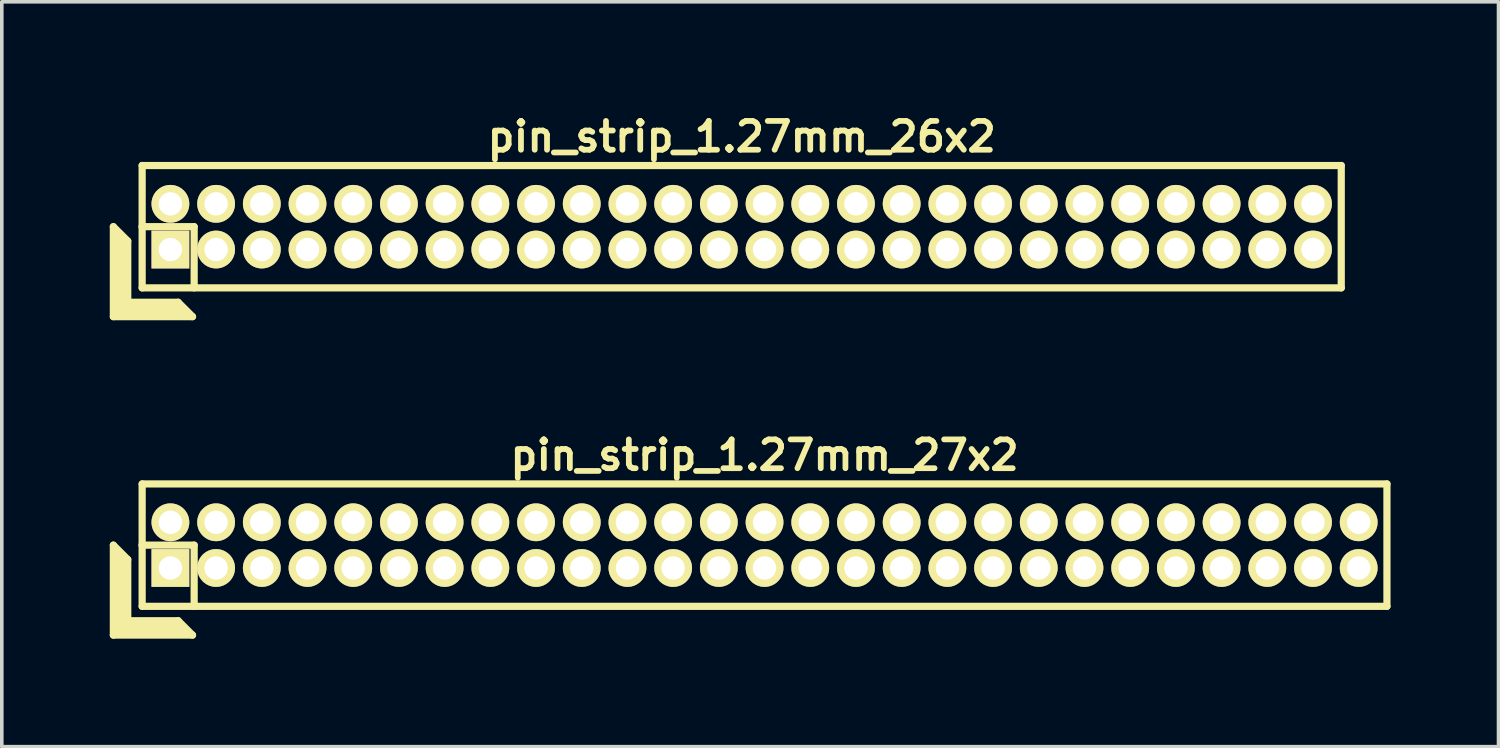
<source format=kicad_pcb>
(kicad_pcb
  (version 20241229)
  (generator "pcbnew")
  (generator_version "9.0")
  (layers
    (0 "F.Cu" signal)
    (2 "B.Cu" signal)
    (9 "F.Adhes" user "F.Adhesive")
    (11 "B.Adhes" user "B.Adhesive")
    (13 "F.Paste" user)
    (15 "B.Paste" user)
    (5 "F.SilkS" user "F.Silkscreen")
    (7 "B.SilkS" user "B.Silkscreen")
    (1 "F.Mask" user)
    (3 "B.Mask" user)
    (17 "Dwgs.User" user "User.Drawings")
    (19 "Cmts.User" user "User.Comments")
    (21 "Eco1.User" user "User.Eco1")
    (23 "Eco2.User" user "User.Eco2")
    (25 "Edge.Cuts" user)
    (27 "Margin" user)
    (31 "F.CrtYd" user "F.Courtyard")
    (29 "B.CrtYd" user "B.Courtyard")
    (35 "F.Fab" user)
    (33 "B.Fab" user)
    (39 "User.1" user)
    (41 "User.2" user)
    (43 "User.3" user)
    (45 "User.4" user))
  (footprint "pin_strip_1.27mm_27x2"
    (layer "F.Cu")
    (at 18.195 12.098)
    (property "Reference" "pin_strip_1.27mm_27x2" (at 0 -2.5 0) (layer "F.SilkS") (effects (font (size 0.8 0.8) (thickness 0.16))))
    (attr through_hole)
    (fp_line (start -18.095 0) (end -18.095 2.5) (stroke (width 0.2) (type solid)) (layer "F.SilkS"))
    (fp_line (start -18.095 0) (end -17.695 0.4) (stroke (width 0.2) (type solid)) (layer "F.SilkS"))
    (fp_line (start -18.095 2.5) (end -15.895 2.5) (stroke (width 0.2) (type solid)) (layer "F.SilkS"))
    (fp_line (start -17.995 2.4) (end -17.995 0.2) (stroke (width 0.2) (type solid)) (layer "F.SilkS"))
    (fp_line (start -17.995 2.4) (end -16.095 2.4) (stroke (width 0.2) (type solid)) (layer "F.SilkS"))
    (fp_line (start -17.895 2.3) (end -17.895 0.3) (stroke (width 0.2) (type solid)) (layer "F.SilkS"))
    (fp_line (start -17.895 2.3) (end -16.195 2.3) (stroke (width 0.2) (type solid)) (layer "F.SilkS"))
    (fp_line (start -17.795 2.2) (end -17.795 0.4) (stroke (width 0.2) (type solid)) (layer "F.SilkS"))
    (fp_line (start -17.795 2.2) (end -16.295 2.2) (stroke (width 0.2) (type solid)) (layer "F.SilkS"))
    (fp_line (start -17.695 2.1) (end -17.695 0.4) (stroke (width 0.2) (type solid)) (layer "F.SilkS"))
    (fp_line (start -17.695 2.1) (end -16.295 2.1) (stroke (width 0.2) (type solid)) (layer "F.SilkS"))
    (fp_line (start -17.3 0) (end -15.85 0) (stroke (width 0.2) (type solid)) (layer "F.SilkS"))
    (fp_line (start -17.295 -1.7) (end 17.295 -1.7) (stroke (width 0.2) (type solid)) (layer "F.SilkS"))
    (fp_line (start -17.295 1.7) (end -17.295 -1.7) (stroke (width 0.2) (type solid)) (layer "F.SilkS"))
    (fp_line (start -16.295 2.1) (end -15.895 2.5) (stroke (width 0.2) (type solid)) (layer "F.SilkS"))
    (fp_line (start -15.85 0) (end -15.85 1.7) (stroke (width 0.2) (type solid)) (layer "F.SilkS"))
    (fp_line (start 17.295 -1.7) (end 17.295 1.7) (stroke (width 0.2) (type solid)) (layer "F.SilkS"))
    (fp_line (start 17.295 1.7) (end -17.295 1.7) (stroke (width 0.2) (type solid)) (layer "F.SilkS"))
    (pad "1" thru_hole rect (at -16.51 0.635) (size 1.05 1.05) (drill 0.65) (layers "*.Cu" "*.Mask" "F.SilkS"))
    (pad "2" thru_hole oval (at -16.51 -0.635) (size 1.05 1.05) (drill 0.65) (layers "*.Cu" "*.Mask" "F.SilkS"))
    (pad "3" thru_hole oval (at -15.24 0.635) (size 1.05 1.05) (drill 0.65) (layers "*.Cu" "*.Mask" "F.SilkS"))
    (pad "4" thru_hole oval (at -15.24 -0.635) (size 1.05 1.05) (drill 0.65) (layers "*.Cu" "*.Mask" "F.SilkS"))
    (pad "5" thru_hole oval (at -13.97 0.635) (size 1.05 1.05) (drill 0.65) (layers "*.Cu" "*.Mask" "F.SilkS"))
    (pad "6" thru_hole oval (at -13.97 -0.635) (size 1.05 1.05) (drill 0.65) (layers "*.Cu" "*.Mask" "F.SilkS"))
    (pad "7" thru_hole oval (at -12.7 0.635) (size 1.05 1.05) (drill 0.65) (layers "*.Cu" "*.Mask" "F.SilkS"))
    (pad "8" thru_hole oval (at -12.7 -0.635) (size 1.05 1.05) (drill 0.65) (layers "*.Cu" "*.Mask" "F.SilkS"))
    (pad "9" thru_hole oval (at -11.43 0.635) (size 1.05 1.05) (drill 0.65) (layers "*.Cu" "*.Mask" "F.SilkS"))
    (pad "10" thru_hole oval (at -11.43 -0.635) (size 1.05 1.05) (drill 0.65) (layers "*.Cu" "*.Mask" "F.SilkS"))
    (pad "11" thru_hole oval (at -10.16 0.635) (size 1.05 1.05) (drill 0.65) (layers "*.Cu" "*.Mask" "F.SilkS"))
    (pad "12" thru_hole oval (at -10.16 -0.635) (size 1.05 1.05) (drill 0.65) (layers "*.Cu" "*.Mask" "F.SilkS"))
    (pad "13" thru_hole oval (at -8.89 0.635) (size 1.05 1.05) (drill 0.65) (layers "*.Cu" "*.Mask" "F.SilkS"))
    (pad "14" thru_hole oval (at -8.89 -0.635) (size 1.05 1.05) (drill 0.65) (layers "*.Cu" "*.Mask" "F.SilkS"))
    (pad "15" thru_hole oval (at -7.62 0.635) (size 1.05 1.05) (drill 0.65) (layers "*.Cu" "*.Mask" "F.SilkS"))
    (pad "16" thru_hole oval (at -7.62 -0.635) (size 1.05 1.05) (drill 0.65) (layers "*.Cu" "*.Mask" "F.SilkS"))
    (pad "17" thru_hole oval (at -6.35 0.635) (size 1.05 1.05) (drill 0.65) (layers "*.Cu" "*.Mask" "F.SilkS"))
    (pad "18" thru_hole oval (at -6.35 -0.635) (size 1.05 1.05) (drill 0.65) (layers "*.Cu" "*.Mask" "F.SilkS"))
    (pad "19" thru_hole oval (at -5.08 0.635) (size 1.05 1.05) (drill 0.65) (layers "*.Cu" "*.Mask" "F.SilkS"))
    (pad "20" thru_hole oval (at -5.08 -0.635) (size 1.05 1.05) (drill 0.65) (layers "*.Cu" "*.Mask" "F.SilkS"))
    (pad "21" thru_hole oval (at -3.81 0.635) (size 1.05 1.05) (drill 0.65) (layers "*.Cu" "*.Mask" "F.SilkS"))
    (pad "22" thru_hole oval (at -3.81 -0.635) (size 1.05 1.05) (drill 0.65) (layers "*.Cu" "*.Mask" "F.SilkS"))
    (pad "23" thru_hole oval (at -2.54 0.635) (size 1.05 1.05) (drill 0.65) (layers "*.Cu" "*.Mask" "F.SilkS"))
    (pad "24" thru_hole oval (at -2.54 -0.635) (size 1.05 1.05) (drill 0.65) (layers "*.Cu" "*.Mask" "F.SilkS"))
    (pad "25" thru_hole oval (at -1.27 0.635) (size 1.05 1.05) (drill 0.65) (layers "*.Cu" "*.Mask" "F.SilkS"))
    (pad "26" thru_hole oval (at -1.27 -0.635) (size 1.05 1.05) (drill 0.65) (layers "*.Cu" "*.Mask" "F.SilkS"))
    (pad "27" thru_hole oval (at 0 0.635) (size 1.05 1.05) (drill 0.65) (layers "*.Cu" "*.Mask" "F.SilkS"))
    (pad "28" thru_hole oval (at 0 -0.635) (size 1.05 1.05) (drill 0.65) (layers "*.Cu" "*.Mask" "F.SilkS"))
    (pad "29" thru_hole oval (at 1.27 0.635) (size 1.05 1.05) (drill 0.65) (layers "*.Cu" "*.Mask" "F.SilkS"))
    (pad "30" thru_hole oval (at 1.27 -0.635) (size 1.05 1.05) (drill 0.65) (layers "*.Cu" "*.Mask" "F.SilkS"))
    (pad "31" thru_hole oval (at 2.54 0.635) (size 1.05 1.05) (drill 0.65) (layers "*.Cu" "*.Mask" "F.SilkS"))
    (pad "32" thru_hole oval (at 2.54 -0.635) (size 1.05 1.05) (drill 0.65) (layers "*.Cu" "*.Mask" "F.SilkS"))
    (pad "33" thru_hole oval (at 3.81 0.635) (size 1.05 1.05) (drill 0.65) (layers "*.Cu" "*.Mask" "F.SilkS"))
    (pad "34" thru_hole oval (at 3.81 -0.635) (size 1.05 1.05) (drill 0.65) (layers "*.Cu" "*.Mask" "F.SilkS"))
    (pad "35" thru_hole oval (at 5.08 0.635) (size 1.05 1.05) (drill 0.65) (layers "*.Cu" "*.Mask" "F.SilkS"))
    (pad "36" thru_hole oval (at 5.08 -0.635) (size 1.05 1.05) (drill 0.65) (layers "*.Cu" "*.Mask" "F.SilkS"))
    (pad "37" thru_hole oval (at 6.35 0.635) (size 1.05 1.05) (drill 0.65) (layers "*.Cu" "*.Mask" "F.SilkS"))
    (pad "38" thru_hole oval (at 6.35 -0.635) (size 1.05 1.05) (drill 0.65) (layers "*.Cu" "*.Mask" "F.SilkS"))
    (pad "39" thru_hole oval (at 7.62 0.635) (size 1.05 1.05) (drill 0.65) (layers "*.Cu" "*.Mask" "F.SilkS"))
    (pad "40" thru_hole oval (at 7.62 -0.635) (size 1.05 1.05) (drill 0.65) (layers "*.Cu" "*.Mask" "F.SilkS"))
    (pad "41" thru_hole oval (at 8.89 0.635) (size 1.05 1.05) (drill 0.65) (layers "*.Cu" "*.Mask" "F.SilkS"))
    (pad "42" thru_hole oval (at 8.89 -0.635) (size 1.05 1.05) (drill 0.65) (layers "*.Cu" "*.Mask" "F.SilkS"))
    (pad "43" thru_hole oval (at 10.16 0.635) (size 1.05 1.05) (drill 0.65) (layers "*.Cu" "*.Mask" "F.SilkS"))
    (pad "44" thru_hole oval (at 10.16 -0.635) (size 1.05 1.05) (drill 0.65) (layers "*.Cu" "*.Mask" "F.SilkS"))
    (pad "45" thru_hole oval (at 11.43 0.635) (size 1.05 1.05) (drill 0.65) (layers "*.Cu" "*.Mask" "F.SilkS"))
    (pad "46" thru_hole oval (at 11.43 -0.635) (size 1.05 1.05) (drill 0.65) (layers "*.Cu" "*.Mask" "F.SilkS"))
    (pad "47" thru_hole oval (at 12.7 0.635) (size 1.05 1.05) (drill 0.65) (layers "*.Cu" "*.Mask" "F.SilkS"))
    (pad "48" thru_hole oval (at 12.7 -0.635) (size 1.05 1.05) (drill 0.65) (layers "*.Cu" "*.Mask" "F.SilkS"))
    (pad "49" thru_hole oval (at 13.97 0.635) (size 1.05 1.05) (drill 0.65) (layers "*.Cu" "*.Mask" "F.SilkS"))
    (pad "50" thru_hole oval (at 13.97 -0.635) (size 1.05 1.05) (drill 0.65) (layers "*.Cu" "*.Mask" "F.SilkS"))
    (pad "51" thru_hole circle (at 15.24 0.635) (size 1.05 1.05) (drill 0.65) (layers "*.Cu" "*.Mask" "F.SilkS"))
    (pad "52" thru_hole oval (at 15.24 -0.635) (size 1.05 1.05) (drill 0.65) (layers "*.Cu" "*.Mask" "F.SilkS"))
    (pad "53" thru_hole oval (at 16.51 0.635) (size 1.05 1.05) (drill 0.65) (layers "*.Cu" "*.Mask" "F.SilkS"))
    (pad "54" thru_hole oval (at 16.51 -0.635) (size 1.05 1.05) (drill 0.65) (layers "*.Cu" "*.Mask" "F.SilkS")))
  (footprint "pin_strip_1.27mm_26x2"
    (layer "F.Cu")
    (at 17.56 3.249)
    (property "Reference" "pin_strip_1.27mm_26x2" (at 0 -2.5 0) (layer "F.SilkS") (effects (font (size 0.8 0.8) (thickness 0.16))))
    (attr through_hole)
    (fp_line (start -17.46 0) (end -17.46 2.5) (stroke (width 0.2) (type solid)) (layer "F.SilkS"))
    (fp_line (start -17.46 0) (end -17.06 0.4) (stroke (width 0.2) (type solid)) (layer "F.SilkS"))
    (fp_line (start -17.46 2.5) (end -15.26 2.5) (stroke (width 0.2) (type solid)) (layer "F.SilkS"))
    (fp_line (start -17.36 2.4) (end -17.36 0.2) (stroke (width 0.2) (type solid)) (layer "F.SilkS"))
    (fp_line (start -17.36 2.4) (end -15.46 2.4) (stroke (width 0.2) (type solid)) (layer "F.SilkS"))
    (fp_line (start -17.26 2.3) (end -17.26 0.3) (stroke (width 0.2) (type solid)) (layer "F.SilkS"))
    (fp_line (start -17.26 2.3) (end -15.56 2.3) (stroke (width 0.2) (type solid)) (layer "F.SilkS"))
    (fp_line (start -17.16 2.2) (end -17.16 0.4) (stroke (width 0.2) (type solid)) (layer "F.SilkS"))
    (fp_line (start -17.16 2.2) (end -15.66 2.2) (stroke (width 0.2) (type solid)) (layer "F.SilkS"))
    (fp_line (start -17.06 2.1) (end -17.06 0.4) (stroke (width 0.2) (type solid)) (layer "F.SilkS"))
    (fp_line (start -17.06 2.1) (end -15.66 2.1) (stroke (width 0.2) (type solid)) (layer "F.SilkS"))
    (fp_line (start -16.665 0) (end -15.215 0) (stroke (width 0.2) (type solid)) (layer "F.SilkS"))
    (fp_line (start -16.66 -1.7) (end 16.66 -1.7) (stroke (width 0.2) (type solid)) (layer "F.SilkS"))
    (fp_line (start -16.66 1.7) (end -16.66 -1.7) (stroke (width 0.2) (type solid)) (layer "F.SilkS"))
    (fp_line (start -15.66 2.1) (end -15.26 2.5) (stroke (width 0.2) (type solid)) (layer "F.SilkS"))
    (fp_line (start -15.215 0) (end -15.215 1.7) (stroke (width 0.2) (type solid)) (layer "F.SilkS"))
    (fp_line (start 16.66 -1.7) (end 16.66 1.7) (stroke (width 0.2) (type solid)) (layer "F.SilkS"))
    (fp_line (start 16.66 1.7) (end -16.66 1.7) (stroke (width 0.2) (type solid)) (layer "F.SilkS"))
    (pad "1" thru_hole rect (at -15.875 0.635) (size 1.05 1.05) (drill 0.65) (layers "*.Cu" "*.Mask" "F.SilkS"))
    (pad "2" thru_hole oval (at -15.875 -0.635) (size 1.05 1.05) (drill 0.65) (layers "*.Cu" "*.Mask" "F.SilkS"))
    (pad "3" thru_hole oval (at -14.605 0.635) (size 1.05 1.05) (drill 0.65) (layers "*.Cu" "*.Mask" "F.SilkS"))
    (pad "4" thru_hole oval (at -14.605 -0.635) (size 1.05 1.05) (drill 0.65) (layers "*.Cu" "*.Mask" "F.SilkS"))
    (pad "5" thru_hole oval (at -13.335 0.635) (size 1.05 1.05) (drill 0.65) (layers "*.Cu" "*.Mask" "F.SilkS"))
    (pad "6" thru_hole oval (at -13.335 -0.635) (size 1.05 1.05) (drill 0.65) (layers "*.Cu" "*.Mask" "F.SilkS"))
    (pad "7" thru_hole oval (at -12.065 0.635) (size 1.05 1.05) (drill 0.65) (layers "*.Cu" "*.Mask" "F.SilkS"))
    (pad "8" thru_hole oval (at -12.065 -0.635) (size 1.05 1.05) (drill 0.65) (layers "*.Cu" "*.Mask" "F.SilkS"))
    (pad "9" thru_hole oval (at -10.795 0.635) (size 1.05 1.05) (drill 0.65) (layers "*.Cu" "*.Mask" "F.SilkS"))
    (pad "10" thru_hole oval (at -10.795 -0.635) (size 1.05 1.05) (drill 0.65) (layers "*.Cu" "*.Mask" "F.SilkS"))
    (pad "11" thru_hole oval (at -9.525 0.635) (size 1.05 1.05) (drill 0.65) (layers "*.Cu" "*.Mask" "F.SilkS"))
    (pad "12" thru_hole oval (at -9.525 -0.635) (size 1.05 1.05) (drill 0.65) (layers "*.Cu" "*.Mask" "F.SilkS"))
    (pad "13" thru_hole oval (at -8.255 0.635) (size 1.05 1.05) (drill 0.65) (layers "*.Cu" "*.Mask" "F.SilkS"))
    (pad "14" thru_hole oval (at -8.255 -0.635) (size 1.05 1.05) (drill 0.65) (layers "*.Cu" "*.Mask" "F.SilkS"))
    (pad "15" thru_hole oval (at -6.985 0.635) (size 1.05 1.05) (drill 0.65) (layers "*.Cu" "*.Mask" "F.SilkS"))
    (pad "16" thru_hole oval (at -6.985 -0.635) (size 1.05 1.05) (drill 0.65) (layers "*.Cu" "*.Mask" "F.SilkS"))
    (pad "17" thru_hole oval (at -5.715 0.635) (size 1.05 1.05) (drill 0.65) (layers "*.Cu" "*.Mask" "F.SilkS"))
    (pad "18" thru_hole oval (at -5.715 -0.635) (size 1.05 1.05) (drill 0.65) (layers "*.Cu" "*.Mask" "F.SilkS"))
    (pad "19" thru_hole oval (at -4.445 0.635) (size 1.05 1.05) (drill 0.65) (layers "*.Cu" "*.Mask" "F.SilkS"))
    (pad "20" thru_hole oval (at -4.445 -0.635) (size 1.05 1.05) (drill 0.65) (layers "*.Cu" "*.Mask" "F.SilkS"))
    (pad "21" thru_hole oval (at -3.175 0.635) (size 1.05 1.05) (drill 0.65) (layers "*.Cu" "*.Mask" "F.SilkS"))
    (pad "22" thru_hole oval (at -3.175 -0.635) (size 1.05 1.05) (drill 0.65) (layers "*.Cu" "*.Mask" "F.SilkS"))
    (pad "23" thru_hole oval (at -1.905 0.635) (size 1.05 1.05) (drill 0.65) (layers "*.Cu" "*.Mask" "F.SilkS"))
    (pad "24" thru_hole oval (at -1.905 -0.635) (size 1.05 1.05) (drill 0.65) (layers "*.Cu" "*.Mask" "F.SilkS"))
    (pad "25" thru_hole oval (at -0.635 0.635) (size 1.05 1.05) (drill 0.65) (layers "*.Cu" "*.Mask" "F.SilkS"))
    (pad "26" thru_hole oval (at -0.635 -0.635) (size 1.05 1.05) (drill 0.65) (layers "*.Cu" "*.Mask" "F.SilkS"))
    (pad "27" thru_hole oval (at 0.635 0.635) (size 1.05 1.05) (drill 0.65) (layers "*.Cu" "*.Mask" "F.SilkS"))
    (pad "28" thru_hole oval (at 0.635 -0.635) (size 1.05 1.05) (drill 0.65) (layers "*.Cu" "*.Mask" "F.SilkS"))
    (pad "29" thru_hole oval (at 1.905 0.635) (size 1.05 1.05) (drill 0.65) (layers "*.Cu" "*.Mask" "F.SilkS"))
    (pad "30" thru_hole oval (at 1.905 -0.635) (size 1.05 1.05) (drill 0.65) (layers "*.Cu" "*.Mask" "F.SilkS"))
    (pad "31" thru_hole oval (at 3.175 0.635) (size 1.05 1.05) (drill 0.65) (layers "*.Cu" "*.Mask" "F.SilkS"))
    (pad "32" thru_hole oval (at 3.175 -0.635) (size 1.05 1.05) (drill 0.65) (layers "*.Cu" "*.Mask" "F.SilkS"))
    (pad "33" thru_hole oval (at 4.445 0.635) (size 1.05 1.05) (drill 0.65) (layers "*.Cu" "*.Mask" "F.SilkS"))
    (pad "34" thru_hole oval (at 4.445 -0.635) (size 1.05 1.05) (drill 0.65) (layers "*.Cu" "*.Mask" "F.SilkS"))
    (pad "35" thru_hole oval (at 5.715 0.635) (size 1.05 1.05) (drill 0.65) (layers "*.Cu" "*.Mask" "F.SilkS"))
    (pad "36" thru_hole oval (at 5.715 -0.635) (size 1.05 1.05) (drill 0.65) (layers "*.Cu" "*.Mask" "F.SilkS"))
    (pad "37" thru_hole oval (at 6.985 0.635) (size 1.05 1.05) (drill 0.65) (layers "*.Cu" "*.Mask" "F.SilkS"))
    (pad "38" thru_hole oval (at 6.985 -0.635) (size 1.05 1.05) (drill 0.65) (layers "*.Cu" "*.Mask" "F.SilkS"))
    (pad "39" thru_hole oval (at 8.255 0.635) (size 1.05 1.05) (drill 0.65) (layers "*.Cu" "*.Mask" "F.SilkS"))
    (pad "40" thru_hole oval (at 8.255 -0.635) (size 1.05 1.05) (drill 0.65) (layers "*.Cu" "*.Mask" "F.SilkS"))
    (pad "41" thru_hole oval (at 9.525 0.635) (size 1.05 1.05) (drill 0.65) (layers "*.Cu" "*.Mask" "F.SilkS"))
    (pad "42" thru_hole oval (at 9.525 -0.635) (size 1.05 1.05) (drill 0.65) (layers "*.Cu" "*.Mask" "F.SilkS"))
    (pad "43" thru_hole oval (at 10.795 0.635) (size 1.05 1.05) (drill 0.65) (layers "*.Cu" "*.Mask" "F.SilkS"))
    (pad "44" thru_hole oval (at 10.795 -0.635) (size 1.05 1.05) (drill 0.65) (layers "*.Cu" "*.Mask" "F.SilkS"))
    (pad "45" thru_hole oval (at 12.065 0.635) (size 1.05 1.05) (drill 0.65) (layers "*.Cu" "*.Mask" "F.SilkS"))
    (pad "46" thru_hole oval (at 12.065 -0.635) (size 1.05 1.05) (drill 0.65) (layers "*.Cu" "*.Mask" "F.SilkS"))
    (pad "47" thru_hole oval (at 13.335 0.635) (size 1.05 1.05) (drill 0.65) (layers "*.Cu" "*.Mask" "F.SilkS"))
    (pad "48" thru_hole oval (at 13.335 -0.635) (size 1.05 1.05) (drill 0.65) (layers "*.Cu" "*.Mask" "F.SilkS"))
    (pad "49" thru_hole oval (at 14.605 0.635) (size 1.05 1.05) (drill 0.65) (layers "*.Cu" "*.Mask" "F.SilkS"))
    (pad "50" thru_hole oval (at 14.605 -0.635) (size 1.05 1.05) (drill 0.65) (layers "*.Cu" "*.Mask" "F.SilkS"))
    (pad "51" thru_hole circle (at 15.875 0.635) (size 1.05 1.05) (drill 0.65) (layers "*.Cu" "*.Mask" "F.SilkS"))
    (pad "52" thru_hole oval (at 15.875 -0.635) (size 1.05 1.05) (drill 0.65) (layers "*.Cu" "*.Mask" "F.SilkS")))
  (gr_rect
    (start -3 -3)
    (end 38.59 17.698)
    (stroke (width 0.1) (type default))
    (fill no)
    (layer "Edge.Cuts")))
</source>
